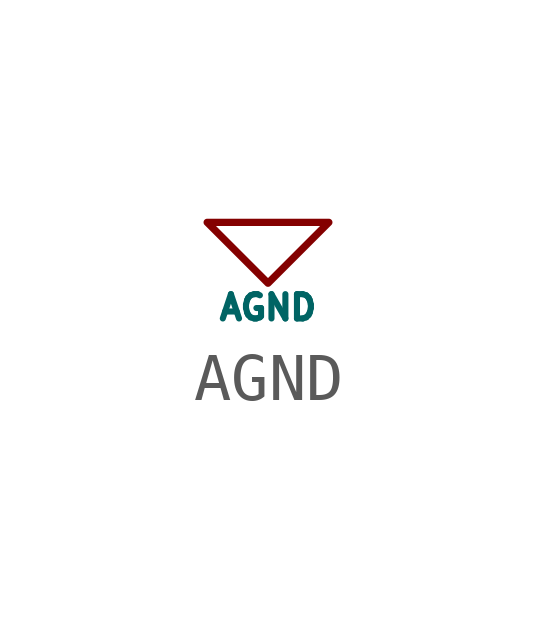
<source format=kicad_sym>
(kicad_symbol_lib
  (version 20211014)
  (generator kicad_symbol_editor)
  (symbol "AGND"
    (pin_names
      (offset 1.016))
    (property "Reference" "#PWR"
      (at 0 0 0)
      (effects (font (size 1.016 1.016)) hide))
    (property "Value" "AGND"
      (at 0 -1.778 0)
      (effects (font (size 0.508 0.508))))
    (symbol "AGND_0_1"
      (polyline (pts (xy -1.27 0) (xy 0 -1.27) (xy 1.27 0) (xy -1.27 0)) (stroke (width 0) (type default) (color 0 0 0 0)) (fill (type none))))
    (symbol "AGND_1_1"
      (pin power_in line (at 0 0 90) (length 0) hide (name "AGND" (effects (font (size 1.016 1.016)))) (number "1" (effects (font (size 1.016 1.016))))))))
</source>
